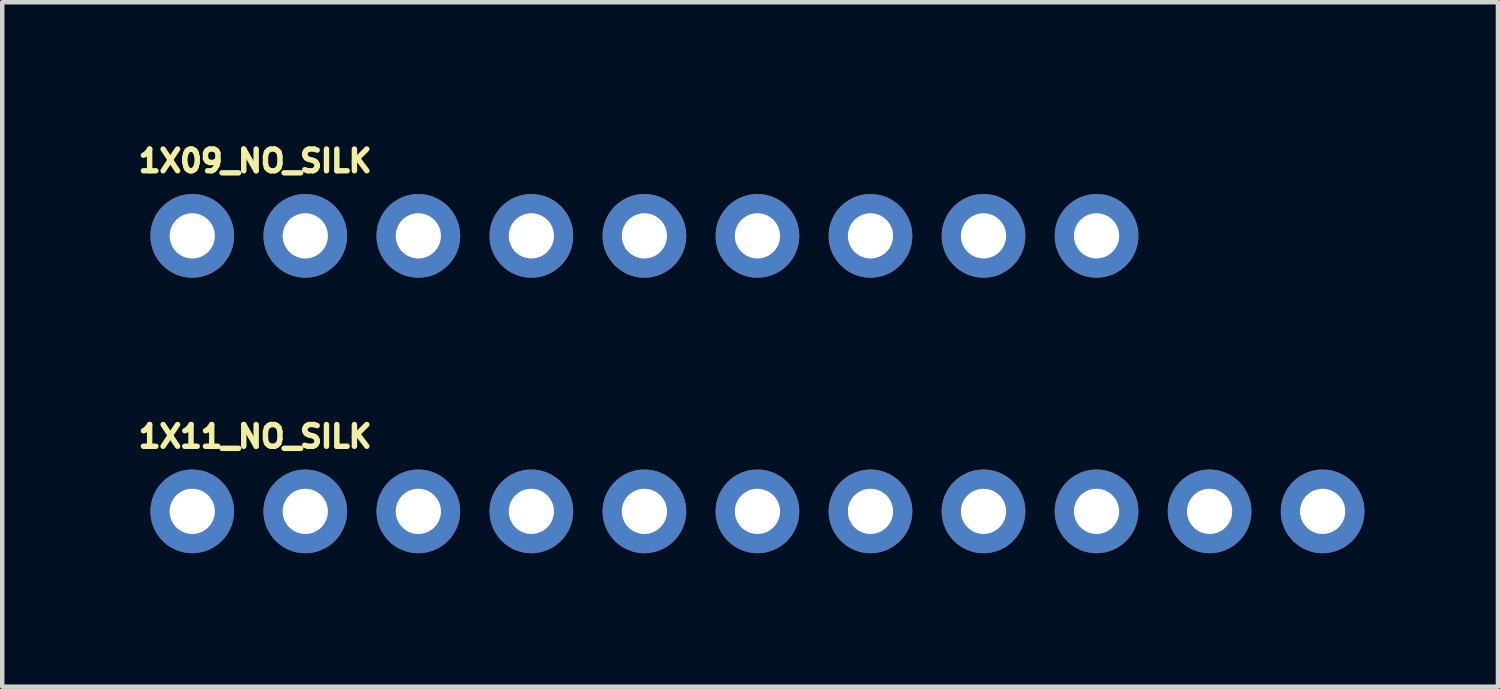
<source format=kicad_pcb>
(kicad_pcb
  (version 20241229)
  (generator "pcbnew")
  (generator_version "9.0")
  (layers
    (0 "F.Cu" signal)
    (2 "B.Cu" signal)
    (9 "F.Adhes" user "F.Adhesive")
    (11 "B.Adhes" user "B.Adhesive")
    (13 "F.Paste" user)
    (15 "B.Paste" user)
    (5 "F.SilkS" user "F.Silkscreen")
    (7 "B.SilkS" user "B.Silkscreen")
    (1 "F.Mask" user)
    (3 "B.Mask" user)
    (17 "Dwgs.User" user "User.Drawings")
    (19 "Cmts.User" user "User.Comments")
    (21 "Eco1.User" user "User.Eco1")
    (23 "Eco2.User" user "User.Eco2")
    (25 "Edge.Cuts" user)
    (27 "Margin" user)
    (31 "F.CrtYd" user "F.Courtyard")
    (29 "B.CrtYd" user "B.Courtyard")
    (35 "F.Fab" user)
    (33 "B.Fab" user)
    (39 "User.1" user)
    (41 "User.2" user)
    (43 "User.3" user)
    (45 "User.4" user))
  (footprint "1X11_NO_SILK"
    (layer "F.Cu")
    (at 1.27 8.441)
    (property "Reference" "1X11_NO_SILK" (at -1.27 -1.397 0) (layer "F.SilkS") (effects (font (size 0.488 0.488) (thickness 0.122)) (justify left bottom)))
    (fp_poly (pts (xy -0.254 0.254) (xy 0.254 0.254) (xy 0.254 -0.254) (xy -0.254 -0.254)) (stroke (width 0.1) (type default)) (fill no) (layer "F.Fab"))
    (fp_poly (pts (xy 2.286 0.254) (xy 2.794 0.254) (xy 2.794 -0.254) (xy 2.286 -0.254)) (stroke (width 0.1) (type default)) (fill no) (layer "F.Fab"))
    (fp_poly (pts (xy 4.826 0.254) (xy 5.334 0.254) (xy 5.334 -0.254) (xy 4.826 -0.254)) (stroke (width 0.1) (type default)) (fill no) (layer "F.Fab"))
    (fp_poly (pts (xy 7.366 0.254) (xy 7.874 0.254) (xy 7.874 -0.254) (xy 7.366 -0.254)) (stroke (width 0.1) (type default)) (fill no) (layer "F.Fab"))
    (fp_poly (pts (xy 9.906 0.254) (xy 10.414 0.254) (xy 10.414 -0.254) (xy 9.906 -0.254)) (stroke (width 0.1) (type default)) (fill no) (layer "F.Fab"))
    (fp_poly (pts (xy 12.446 0.254) (xy 12.954 0.254) (xy 12.954 -0.254) (xy 12.446 -0.254)) (stroke (width 0.1) (type default)) (fill no) (layer "F.Fab"))
    (fp_poly (pts (xy 14.986 0.254) (xy 15.494 0.254) (xy 15.494 -0.254) (xy 14.986 -0.254)) (stroke (width 0.1) (type default)) (fill no) (layer "F.Fab"))
    (fp_poly (pts (xy 17.526 0.254) (xy 18.034 0.254) (xy 18.034 -0.254) (xy 17.526 -0.254)) (stroke (width 0.1) (type default)) (fill no) (layer "F.Fab"))
    (fp_poly (pts (xy 20.066 0.254) (xy 20.574 0.254) (xy 20.574 -0.254) (xy 20.066 -0.254)) (stroke (width 0.1) (type default)) (fill no) (layer "F.Fab"))
    (fp_poly (pts (xy 22.606 0.254) (xy 23.114 0.254) (xy 23.114 -0.254) (xy 22.606 -0.254)) (stroke (width 0.1) (type default)) (fill no) (layer "F.Fab"))
    (fp_poly (pts (xy 25.146 0.254) (xy 25.654 0.254) (xy 25.654 -0.254) (xy 25.146 -0.254)) (stroke (width 0.1) (type default)) (fill no) (layer "F.Fab"))
    (pad "1" thru_hole circle (at 0 0 90) (size 1.88 1.88) (drill 1.016) (layers "*.Cu" "*.Mask"))
    (pad "2" thru_hole circle (at 2.54 0 90) (size 1.88 1.88) (drill 1.016) (layers "*.Cu" "*.Mask"))
    (pad "3" thru_hole circle (at 5.08 0 90) (size 1.88 1.88) (drill 1.016) (layers "*.Cu" "*.Mask"))
    (pad "4" thru_hole circle (at 7.62 0 90) (size 1.88 1.88) (drill 1.016) (layers "*.Cu" "*.Mask"))
    (pad "5" thru_hole circle (at 10.16 0 90) (size 1.88 1.88) (drill 1.016) (layers "*.Cu" "*.Mask"))
    (pad "6" thru_hole circle (at 12.7 0 90) (size 1.88 1.88) (drill 1.016) (layers "*.Cu" "*.Mask"))
    (pad "7" thru_hole circle (at 15.24 0 90) (size 1.88 1.88) (drill 1.016) (layers "*.Cu" "*.Mask"))
    (pad "8" thru_hole circle (at 17.78 0 90) (size 1.88 1.88) (drill 1.016) (layers "*.Cu" "*.Mask"))
    (pad "9" thru_hole circle (at 20.32 0 90) (size 1.88 1.88) (drill 1.016) (layers "*.Cu" "*.Mask"))
    (pad "10" thru_hole circle (at 22.86 0 90) (size 1.88 1.88) (drill 1.016) (layers "*.Cu" "*.Mask"))
    (pad "11" thru_hole circle (at 25.4 0 90) (size 1.88 1.88) (drill 1.016) (layers "*.Cu" "*.Mask")))
  (footprint "1X09_NO_SILK"
    (layer "F.Cu")
    (at 1.27 2.25)
    (property "Reference" "1X09_NO_SILK" (at -1.27 -1.397 0) (layer "F.SilkS") (effects (font (size 0.488 0.488) (thickness 0.122)) (justify left bottom)))
    (fp_poly (pts (xy -0.254 0.254) (xy 0.254 0.254) (xy 0.254 -0.254) (xy -0.254 -0.254)) (stroke (width 0.1) (type default)) (fill no) (layer "F.Fab"))
    (fp_poly (pts (xy 2.286 0.254) (xy 2.794 0.254) (xy 2.794 -0.254) (xy 2.286 -0.254)) (stroke (width 0.1) (type default)) (fill no) (layer "F.Fab"))
    (fp_poly (pts (xy 4.826 0.254) (xy 5.334 0.254) (xy 5.334 -0.254) (xy 4.826 -0.254)) (stroke (width 0.1) (type default)) (fill no) (layer "F.Fab"))
    (fp_poly (pts (xy 7.366 0.254) (xy 7.874 0.254) (xy 7.874 -0.254) (xy 7.366 -0.254)) (stroke (width 0.1) (type default)) (fill no) (layer "F.Fab"))
    (fp_poly (pts (xy 9.906 0.254) (xy 10.414 0.254) (xy 10.414 -0.254) (xy 9.906 -0.254)) (stroke (width 0.1) (type default)) (fill no) (layer "F.Fab"))
    (fp_poly (pts (xy 12.446 0.254) (xy 12.954 0.254) (xy 12.954 -0.254) (xy 12.446 -0.254)) (stroke (width 0.1) (type default)) (fill no) (layer "F.Fab"))
    (fp_poly (pts (xy 14.986 0.254) (xy 15.494 0.254) (xy 15.494 -0.254) (xy 14.986 -0.254)) (stroke (width 0.1) (type default)) (fill no) (layer "F.Fab"))
    (fp_poly (pts (xy 17.526 0.254) (xy 18.034 0.254) (xy 18.034 -0.254) (xy 17.526 -0.254)) (stroke (width 0.1) (type default)) (fill no) (layer "F.Fab"))
    (fp_poly (pts (xy 20.066 0.254) (xy 20.574 0.254) (xy 20.574 -0.254) (xy 20.066 -0.254)) (stroke (width 0.1) (type default)) (fill no) (layer "F.Fab"))
    (pad "1" thru_hole circle (at 0 0 90) (size 1.88 1.88) (drill 1.016) (layers "*.Cu" "*.Mask"))
    (pad "2" thru_hole circle (at 2.54 0 90) (size 1.88 1.88) (drill 1.016) (layers "*.Cu" "*.Mask"))
    (pad "3" thru_hole circle (at 5.08 0 90) (size 1.88 1.88) (drill 1.016) (layers "*.Cu" "*.Mask"))
    (pad "4" thru_hole circle (at 7.62 0 90) (size 1.88 1.88) (drill 1.016) (layers "*.Cu" "*.Mask"))
    (pad "5" thru_hole circle (at 10.16 0 90) (size 1.88 1.88) (drill 1.016) (layers "*.Cu" "*.Mask"))
    (pad "6" thru_hole circle (at 12.7 0 90) (size 1.88 1.88) (drill 1.016) (layers "*.Cu" "*.Mask"))
    (pad "7" thru_hole circle (at 15.24 0 90) (size 1.88 1.88) (drill 1.016) (layers "*.Cu" "*.Mask"))
    (pad "8" thru_hole circle (at 17.78 0 90) (size 1.88 1.88) (drill 1.016) (layers "*.Cu" "*.Mask"))
    (pad "9" thru_hole circle (at 20.32 0 90) (size 1.88 1.88) (drill 1.016) (layers "*.Cu" "*.Mask")))
  (gr_rect
    (start -3 -3)
    (end 30.61 12.38)
    (stroke (width 0.1) (type default))
    (fill no)
    (layer "Edge.Cuts")))
</source>
